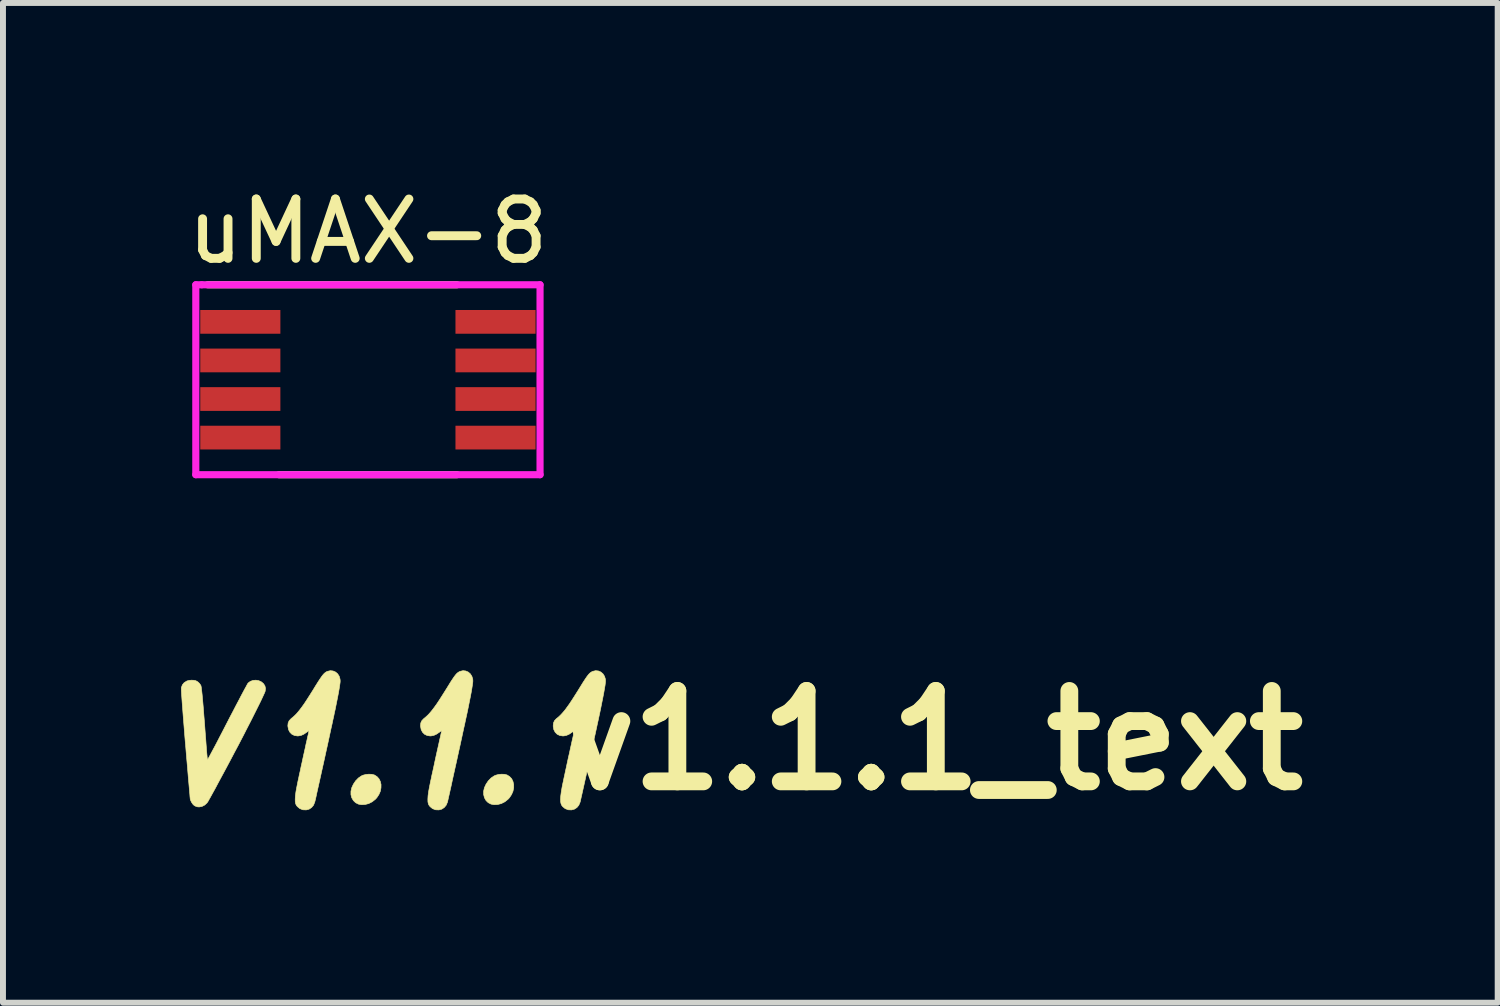
<source format=kicad_pcb>
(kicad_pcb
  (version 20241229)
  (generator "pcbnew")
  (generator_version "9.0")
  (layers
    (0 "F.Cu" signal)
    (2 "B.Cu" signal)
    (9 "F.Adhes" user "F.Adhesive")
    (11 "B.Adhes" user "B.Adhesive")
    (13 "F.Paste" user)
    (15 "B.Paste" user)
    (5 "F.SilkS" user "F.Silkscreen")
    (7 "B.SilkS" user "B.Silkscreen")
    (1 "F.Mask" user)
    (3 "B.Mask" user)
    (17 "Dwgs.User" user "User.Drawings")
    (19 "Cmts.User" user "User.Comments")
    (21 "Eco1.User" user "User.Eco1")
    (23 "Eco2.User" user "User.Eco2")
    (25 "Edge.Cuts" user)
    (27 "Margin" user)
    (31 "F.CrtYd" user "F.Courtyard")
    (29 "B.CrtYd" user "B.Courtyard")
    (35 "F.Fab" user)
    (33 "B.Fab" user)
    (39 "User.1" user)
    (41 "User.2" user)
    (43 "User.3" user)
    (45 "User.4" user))
  (footprint "v1.1.1_text"
    (layer "F.Cu")
    (at 12.681 9.426)
    (property "Reference" "v1.1.1_text" (at 0 0 0) (layer "F.SilkS") (effects (font (size 1.524 1.524) (thickness 0.3))))
    (attr through_hole)
    (fp_poly (pts (xy -9.468 0.57) (xy -9.427 0.58) (xy -9.425 0.58) (xy -9.38 0.608) (xy -9.346 0.645) (xy -9.323 0.691) (xy -9.311 0.743) (xy -9.312 0.799) (xy -9.323 0.856) (xy -9.347 0.911) (xy -9.382 0.964) (xy -9.407 0.991) (xy -9.46 1.033) (xy -9.519 1.063) (xy -9.581 1.079) (xy -9.642 1.082) (xy -9.693 1.072) (xy -9.74 1.048) (xy -9.777 1.012) (xy -9.804 0.966) (xy -9.818 0.913) (xy -9.818 0.856) (xy -9.804 0.795) (xy -9.776 0.735) (xy -9.738 0.679) (xy -9.692 0.632) (xy -9.641 0.597) (xy -9.614 0.585) (xy -9.567 0.573) (xy -9.516 0.568) (xy -9.468 0.57)) (stroke (width 0.01) (type solid)) (fill yes) (layer "F.SilkS"))
    (fp_poly (pts (xy -7.232 0.57) (xy -7.192 0.58) (xy -7.19 0.58) (xy -7.145 0.608) (xy -7.11 0.645) (xy -7.088 0.691) (xy -7.076 0.743) (xy -7.076 0.799) (xy -7.088 0.856) (xy -7.112 0.911) (xy -7.147 0.964) (xy -7.172 0.991) (xy -7.225 1.033) (xy -7.284 1.063) (xy -7.346 1.079) (xy -7.407 1.082) (xy -7.458 1.072) (xy -7.505 1.048) (xy -7.542 1.012) (xy -7.568 0.966) (xy -7.582 0.913) (xy -7.583 0.856) (xy -7.569 0.795) (xy -7.541 0.735) (xy -7.503 0.679) (xy -7.457 0.632) (xy -7.405 0.597) (xy -7.378 0.585) (xy -7.332 0.573) (xy -7.281 0.568) (xy -7.232 0.57)) (stroke (width 0.01) (type solid)) (fill yes) (layer "F.SilkS"))
    (fp_poly (pts (xy -10.119 -1.171) (xy -10.077 -1.153) (xy -10.042 -1.123) (xy -10.016 -1.082) (xy -10.002 -1.034) (xy -9.999 -1.002) (xy -10.001 -0.975) (xy -10.007 -0.932) (xy -10.016 -0.874) (xy -10.028 -0.804) (xy -10.044 -0.721) (xy -10.063 -0.626) (xy -10.084 -0.521) (xy -10.097 -0.464) (xy -10.107 -0.413) (xy -10.121 -0.351) (xy -10.136 -0.279) (xy -10.154 -0.199) (xy -10.173 -0.111) (xy -10.193 -0.018) (xy -10.214 0.079) (xy -10.236 0.178) (xy -10.258 0.279) (xy -10.28 0.379) (xy -10.302 0.477) (xy -10.323 0.572) (xy -10.343 0.662) (xy -10.362 0.747) (xy -10.379 0.823) (xy -10.394 0.89) (xy -10.406 0.947) (xy -10.416 0.992) (xy -10.424 1.023) (xy -10.428 1.039) (xy -10.428 1.039) (xy -10.449 1.091) (xy -10.482 1.13) (xy -10.523 1.157) (xy -10.571 1.17) (xy -10.624 1.168) (xy -10.63 1.167) (xy -10.679 1.148) (xy -10.72 1.114) (xy -10.736 1.094) (xy -10.749 1.068) (xy -10.756 1.034) (xy -10.757 0.989) (xy -10.754 0.933) (xy -10.745 0.865) (xy -10.73 0.783) (xy -10.719 0.728) (xy -10.712 0.692) (xy -10.701 0.643) (xy -10.689 0.584) (xy -10.674 0.518) (xy -10.659 0.445) (xy -10.642 0.369) (xy -10.625 0.29) (xy -10.608 0.213) (xy -10.591 0.137) (xy -10.576 0.066) (xy -10.561 0.001) (xy -10.549 -0.055) (xy -10.538 -0.101) (xy -10.531 -0.134) (xy -10.527 -0.151) (xy -10.525 -0.161) (xy -10.529 -0.163) (xy -10.541 -0.156) (xy -10.563 -0.139) (xy -10.563 -0.139) (xy -10.612 -0.106) (xy -10.656 -0.086) (xy -10.7 -0.077) (xy -10.719 -0.076) (xy -10.77 -0.084) (xy -10.813 -0.105) (xy -10.847 -0.139) (xy -10.87 -0.183) (xy -10.88 -0.237) (xy -10.881 -0.251) (xy -10.876 -0.296) (xy -10.859 -0.333) (xy -10.828 -0.366) (xy -10.819 -0.374) (xy -10.786 -0.401) (xy -10.753 -0.432) (xy -10.72 -0.468) (xy -10.686 -0.509) (xy -10.648 -0.559) (xy -10.607 -0.616) (xy -10.562 -0.684) (xy -10.511 -0.764) (xy -10.453 -0.856) (xy -10.415 -0.919) (xy -10.374 -0.984) (xy -10.34 -1.036) (xy -10.312 -1.077) (xy -10.288 -1.108) (xy -10.267 -1.131) (xy -10.247 -1.147) (xy -10.228 -1.159) (xy -10.213 -1.165) (xy -10.165 -1.176) (xy -10.119 -1.171)) (stroke (width 0.01) (type solid)) (fill yes) (layer "F.SilkS"))
    (fp_poly (pts (xy -7.884 -1.171) (xy -7.842 -1.153) (xy -7.807 -1.123) (xy -7.781 -1.082) (xy -7.766 -1.034) (xy -7.764 -1.002) (xy -7.766 -0.975) (xy -7.772 -0.932) (xy -7.781 -0.874) (xy -7.793 -0.804) (xy -7.809 -0.721) (xy -7.828 -0.626) (xy -7.849 -0.521) (xy -7.861 -0.464) (xy -7.872 -0.413) (xy -7.886 -0.351) (xy -7.901 -0.279) (xy -7.919 -0.199) (xy -7.938 -0.111) (xy -7.958 -0.018) (xy -7.979 0.079) (xy -8.001 0.178) (xy -8.023 0.279) (xy -8.045 0.379) (xy -8.067 0.477) (xy -8.088 0.572) (xy -8.108 0.662) (xy -8.126 0.747) (xy -8.143 0.823) (xy -8.158 0.89) (xy -8.171 0.947) (xy -8.181 0.992) (xy -8.188 1.023) (xy -8.192 1.039) (xy -8.192 1.039) (xy -8.214 1.091) (xy -8.247 1.13) (xy -8.288 1.157) (xy -8.336 1.17) (xy -8.389 1.168) (xy -8.395 1.167) (xy -8.444 1.148) (xy -8.485 1.114) (xy -8.501 1.094) (xy -8.514 1.068) (xy -8.521 1.034) (xy -8.522 0.989) (xy -8.519 0.933) (xy -8.51 0.865) (xy -8.495 0.783) (xy -8.484 0.728) (xy -8.477 0.692) (xy -8.466 0.643) (xy -8.454 0.584) (xy -8.439 0.518) (xy -8.423 0.445) (xy -8.407 0.369) (xy -8.39 0.29) (xy -8.373 0.213) (xy -8.356 0.137) (xy -8.34 0.066) (xy -8.326 0.001) (xy -8.313 -0.055) (xy -8.303 -0.101) (xy -8.296 -0.134) (xy -8.292 -0.151) (xy -8.29 -0.161) (xy -8.294 -0.163) (xy -8.305 -0.156) (xy -8.328 -0.139) (xy -8.328 -0.139) (xy -8.377 -0.106) (xy -8.421 -0.086) (xy -8.465 -0.077) (xy -8.484 -0.076) (xy -8.535 -0.084) (xy -8.578 -0.105) (xy -8.612 -0.139) (xy -8.635 -0.183) (xy -8.645 -0.237) (xy -8.646 -0.251) (xy -8.641 -0.296) (xy -8.624 -0.333) (xy -8.593 -0.366) (xy -8.583 -0.374) (xy -8.551 -0.401) (xy -8.518 -0.432) (xy -8.485 -0.468) (xy -8.451 -0.509) (xy -8.413 -0.559) (xy -8.372 -0.616) (xy -8.327 -0.684) (xy -8.276 -0.764) (xy -8.218 -0.856) (xy -8.179 -0.919) (xy -8.139 -0.984) (xy -8.105 -1.036) (xy -8.077 -1.077) (xy -8.053 -1.108) (xy -8.032 -1.131) (xy -8.012 -1.147) (xy -7.992 -1.159) (xy -7.978 -1.165) (xy -7.93 -1.176) (xy -7.884 -1.171)) (stroke (width 0.01) (type solid)) (fill yes) (layer "F.SilkS"))
    (fp_poly (pts (xy -5.648 -1.171) (xy -5.607 -1.153) (xy -5.572 -1.123) (xy -5.546 -1.082) (xy -5.531 -1.034) (xy -5.529 -1.002) (xy -5.531 -0.975) (xy -5.536 -0.932) (xy -5.546 -0.874) (xy -5.558 -0.804) (xy -5.574 -0.721) (xy -5.593 -0.626) (xy -5.614 -0.521) (xy -5.626 -0.464) (xy -5.637 -0.413) (xy -5.65 -0.351) (xy -5.666 -0.279) (xy -5.683 -0.199) (xy -5.702 -0.111) (xy -5.723 -0.018) (xy -5.744 0.079) (xy -5.766 0.178) (xy -5.788 0.279) (xy -5.81 0.379) (xy -5.831 0.477) (xy -5.852 0.572) (xy -5.872 0.662) (xy -5.891 0.747) (xy -5.908 0.823) (xy -5.923 0.89) (xy -5.936 0.947) (xy -5.946 0.992) (xy -5.953 1.023) (xy -5.957 1.039) (xy -5.957 1.039) (xy -5.979 1.091) (xy -6.011 1.13) (xy -6.053 1.157) (xy -6.101 1.17) (xy -6.154 1.168) (xy -6.159 1.167) (xy -6.209 1.148) (xy -6.25 1.114) (xy -6.266 1.094) (xy -6.278 1.068) (xy -6.285 1.034) (xy -6.287 0.989) (xy -6.283 0.933) (xy -6.274 0.865) (xy -6.26 0.783) (xy -6.249 0.728) (xy -6.241 0.692) (xy -6.231 0.643) (xy -6.218 0.584) (xy -6.204 0.518) (xy -6.188 0.445) (xy -6.172 0.369) (xy -6.155 0.29) (xy -6.137 0.213) (xy -6.121 0.137) (xy -6.105 0.066) (xy -6.091 0.001) (xy -6.078 -0.055) (xy -6.068 -0.101) (xy -6.061 -0.134) (xy -6.056 -0.151) (xy -6.055 -0.161) (xy -6.059 -0.163) (xy -6.07 -0.156) (xy -6.093 -0.139) (xy -6.093 -0.139) (xy -6.141 -0.106) (xy -6.186 -0.086) (xy -6.229 -0.077) (xy -6.248 -0.076) (xy -6.3 -0.084) (xy -6.343 -0.105) (xy -6.377 -0.139) (xy -6.4 -0.183) (xy -6.41 -0.237) (xy -6.41 -0.251) (xy -6.405 -0.296) (xy -6.389 -0.333) (xy -6.358 -0.366) (xy -6.348 -0.374) (xy -6.315 -0.401) (xy -6.283 -0.432) (xy -6.25 -0.468) (xy -6.215 -0.509) (xy -6.178 -0.559) (xy -6.137 -0.616) (xy -6.092 -0.684) (xy -6.041 -0.764) (xy -5.983 -0.856) (xy -5.944 -0.919) (xy -5.904 -0.984) (xy -5.87 -1.036) (xy -5.842 -1.077) (xy -5.818 -1.108) (xy -5.797 -1.131) (xy -5.777 -1.147) (xy -5.757 -1.159) (xy -5.743 -1.165) (xy -5.695 -1.176) (xy -5.648 -1.171)) (stroke (width 0.01) (type solid)) (fill yes) (layer "F.SilkS"))
    (fp_poly (pts (xy -11.372 -1.008) (xy -11.328 -0.988) (xy -11.292 -0.958) (xy -11.267 -0.919) (xy -11.258 -0.878) (xy -11.263 -0.832) (xy -11.266 -0.821) (xy -11.274 -0.802) (xy -11.289 -0.769) (xy -11.31 -0.724) (xy -11.336 -0.668) (xy -11.368 -0.603) (xy -11.404 -0.531) (xy -11.444 -0.451) (xy -11.486 -0.367) (xy -11.531 -0.279) (xy -11.577 -0.19) (xy -11.623 -0.099) (xy -11.67 -0.009) (xy -11.715 0.078) (xy -11.76 0.162) (xy -11.773 0.186) (xy -11.845 0.323) (xy -11.91 0.445) (xy -11.968 0.553) (xy -12.02 0.649) (xy -12.065 0.733) (xy -12.103 0.805) (xy -12.137 0.866) (xy -12.165 0.917) (xy -12.188 0.959) (xy -12.207 0.992) (xy -12.221 1.018) (xy -12.232 1.036) (xy -12.24 1.047) (xy -12.242 1.05) (xy -12.281 1.087) (xy -12.327 1.111) (xy -12.375 1.12) (xy -12.404 1.118) (xy -12.432 1.109) (xy -12.457 1.097) (xy -12.48 1.075) (xy -12.502 1.044) (xy -12.519 1.009) (xy -12.526 0.986) (xy -12.527 0.975) (xy -12.53 0.947) (xy -12.533 0.905) (xy -12.538 0.849) (xy -12.544 0.782) (xy -12.551 0.702) (xy -12.559 0.613) (xy -12.567 0.515) (xy -12.576 0.409) (xy -12.586 0.296) (xy -12.596 0.177) (xy -12.606 0.055) (xy -12.607 0.051) (xy -12.621 -0.119) (xy -12.633 -0.272) (xy -12.644 -0.408) (xy -12.653 -0.527) (xy -12.661 -0.629) (xy -12.667 -0.714) (xy -12.672 -0.783) (xy -12.675 -0.835) (xy -12.676 -0.87) (xy -12.676 -0.887) (xy -12.676 -0.889) (xy -12.658 -0.937) (xy -12.629 -0.973) (xy -12.586 -1) (xy -12.58 -1.003) (xy -12.546 -1.012) (xy -12.505 -1.016) (xy -12.464 -1.014) (xy -12.432 -1.007) (xy -12.4 -0.989) (xy -12.37 -0.961) (xy -12.347 -0.928) (xy -12.347 -0.928) (xy -12.344 -0.917) (xy -12.34 -0.897) (xy -12.336 -0.866) (xy -12.331 -0.823) (xy -12.325 -0.769) (xy -12.319 -0.703) (xy -12.312 -0.624) (xy -12.304 -0.531) (xy -12.296 -0.424) (xy -12.286 -0.302) (xy -12.276 -0.165) (xy -12.264 -0.012) (xy -12.259 0.059) (xy -12.254 0.124) (xy -12.25 0.183) (xy -12.245 0.234) (xy -12.241 0.276) (xy -12.238 0.306) (xy -12.235 0.322) (xy -12.235 0.324) (xy -12.23 0.318) (xy -12.218 0.297) (xy -12.2 0.264) (xy -12.176 0.219) (xy -12.146 0.163) (xy -12.111 0.098) (xy -12.072 0.024) (xy -12.03 -0.058) (xy -11.984 -0.146) (xy -11.936 -0.239) (xy -11.901 -0.307) (xy -11.851 -0.404) (xy -11.802 -0.497) (xy -11.756 -0.586) (xy -11.713 -0.667) (xy -11.674 -0.742) (xy -11.639 -0.808) (xy -11.609 -0.864) (xy -11.584 -0.909) (xy -11.566 -0.943) (xy -11.554 -0.963) (xy -11.55 -0.968) (xy -11.513 -0.996) (xy -11.468 -1.012) (xy -11.42 -1.016) (xy -11.372 -1.008)) (stroke (width 0.01) (type solid)) (fill yes) (layer "F.SilkS")))
  (footprint "uMAX-8"
    (layer "F.Cu")
    (at 3.149 3.348)
    (property "Reference" "uMAX-8" (at 0 -2.5 0) (unlocked yes) (layer "F.SilkS") (effects (font (size 1 1) (thickness 0.15))))
    (attr smd)
    (fp_line (start -1.5 1.6) (end 1.5 1.6) (stroke (width 0.12) (type solid)) (layer "F.SilkS"))
    (fp_line (start 1.5 -1.6) (end -2.7 -1.6) (stroke (width 0.12) (type solid)) (layer "F.SilkS"))
    (fp_line (start -2.9 -1.6) (end -2.8 -1.6) (stroke (width 0.12) (type solid)) (layer "F.CrtYd"))
    (fp_line (start -2.9 1.6) (end -2.9 -1.6) (stroke (width 0.12) (type solid)) (layer "F.CrtYd"))
    (fp_line (start -2.8 -1.6) (end 2.9 -1.6) (stroke (width 0.12) (type solid)) (layer "F.CrtYd"))
    (fp_line (start 2.9 -1.6) (end 2.9 1.6) (stroke (width 0.12) (type solid)) (layer "F.CrtYd"))
    (fp_line (start 2.9 1.6) (end -2.9 1.6) (stroke (width 0.12) (type solid)) (layer "F.CrtYd"))
    (pad "1" smd rect (at -2.15 -0.975) (size 1.35 0.4) (layers "F.Cu" "F.Mask" "F.Paste"))
    (pad "2" smd rect (at -2.15 -0.325) (size 1.35 0.4) (layers "F.Cu" "F.Mask" "F.Paste"))
    (pad "3" smd rect (at -2.15 0.325) (size 1.35 0.4) (layers "F.Cu" "F.Mask" "F.Paste"))
    (pad "4" smd rect (at -2.15 0.975) (size 1.35 0.4) (layers "F.Cu" "F.Mask" "F.Paste"))
    (pad "5" smd rect (at 2.15 0.975) (size 1.35 0.4) (layers "F.Cu" "F.Mask" "F.Paste"))
    (pad "6" smd rect (at 2.15 0.325) (size 1.35 0.4) (layers "F.Cu" "F.Mask" "F.Paste"))
    (pad "7" smd rect (at 2.15 -0.325) (size 1.35 0.4) (layers "F.Cu" "F.Mask" "F.Paste"))
    (pad "8" smd rect (at 2.15 -0.975) (size 1.35 0.4) (layers "F.Cu" "F.Mask" "F.Paste")))
  (gr_rect
    (start -3 -3)
    (end 22.184 13.844)
    (stroke (width 0.1) (type default))
    (fill no)
    (layer "Edge.Cuts")))
</source>
